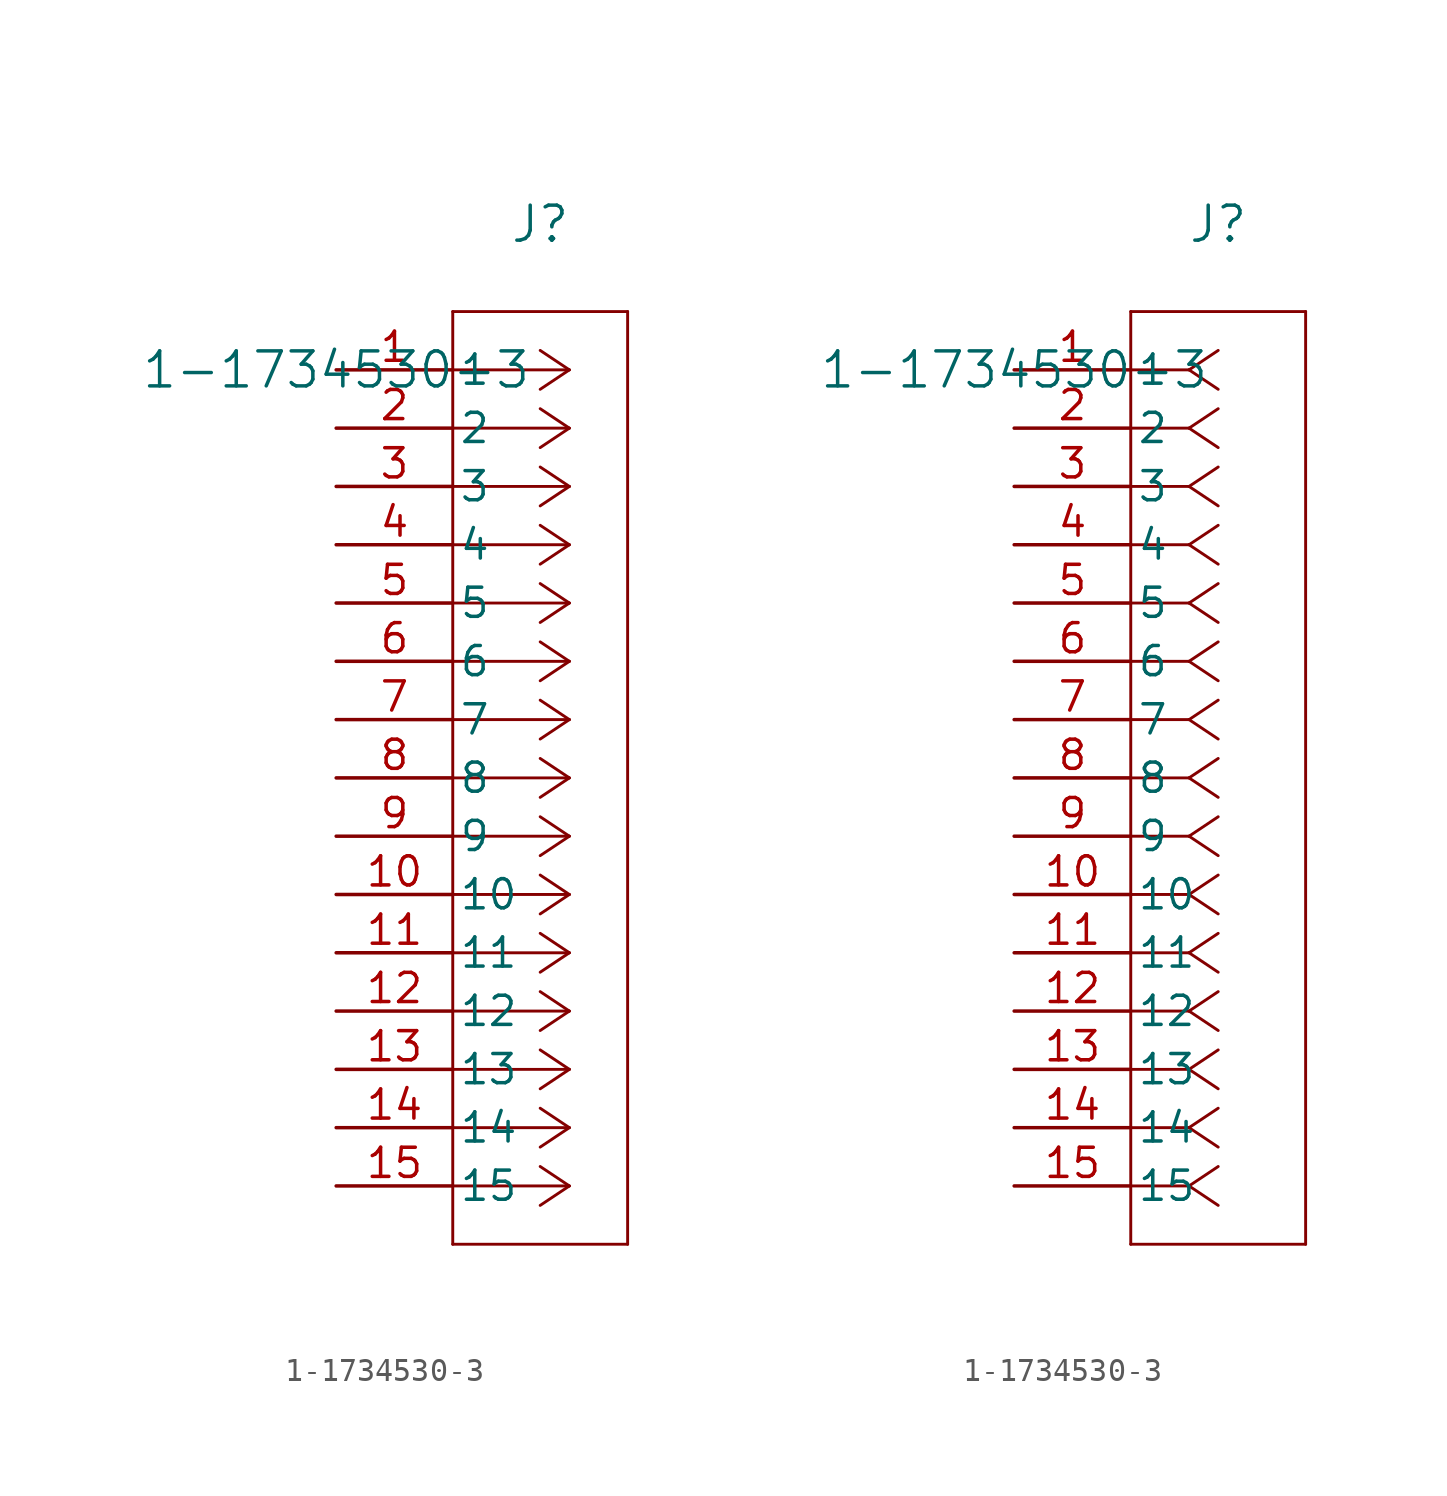
<source format=kicad_sym>
(kicad_symbol_lib
  (version 20211014)
  (generator kicad_symbol_editor)
  (symbol "1-1734530-3"
    (pin_names
      (offset 0.254))
    (property "Reference" "J"
      (at 8.89 6.35 0)
      (effects (font (size 1.524 1.524))))
    (property "Value" "1-1734530-3"
      (at 0 0 0)
      (effects (font (size 1.524 1.524))))
    (symbol "1-1734530-3_1_1"
      (polyline (pts (xy 10.16 0) (xy 5.08 0)) (stroke (width 0.127) (type default) (color 0 0 0 0)) (fill (type none)))
      (polyline (pts (xy 10.16 -2.54) (xy 5.08 -2.54)) (stroke (width 0.127) (type default) (color 0 0 0 0)) (fill (type none)))
      (polyline (pts (xy 10.16 -5.08) (xy 5.08 -5.08)) (stroke (width 0.127) (type default) (color 0 0 0 0)) (fill (type none)))
      (polyline (pts (xy 10.16 -7.62) (xy 5.08 -7.62)) (stroke (width 0.127) (type default) (color 0 0 0 0)) (fill (type none)))
      (polyline (pts (xy 10.16 -10.16) (xy 5.08 -10.16)) (stroke (width 0.127) (type default) (color 0 0 0 0)) (fill (type none)))
      (polyline (pts (xy 10.16 -12.7) (xy 5.08 -12.7)) (stroke (width 0.127) (type default) (color 0 0 0 0)) (fill (type none)))
      (polyline (pts (xy 10.16 -15.24) (xy 5.08 -15.24)) (stroke (width 0.127) (type default) (color 0 0 0 0)) (fill (type none)))
      (polyline (pts (xy 10.16 -17.78) (xy 5.08 -17.78)) (stroke (width 0.127) (type default) (color 0 0 0 0)) (fill (type none)))
      (polyline (pts (xy 10.16 -20.32) (xy 5.08 -20.32)) (stroke (width 0.127) (type default) (color 0 0 0 0)) (fill (type none)))
      (polyline (pts (xy 10.16 -22.86) (xy 5.08 -22.86)) (stroke (width 0.127) (type default) (color 0 0 0 0)) (fill (type none)))
      (polyline (pts (xy 10.16 -25.4) (xy 5.08 -25.4)) (stroke (width 0.127) (type default) (color 0 0 0 0)) (fill (type none)))
      (polyline (pts (xy 10.16 -27.94) (xy 5.08 -27.94)) (stroke (width 0.127) (type default) (color 0 0 0 0)) (fill (type none)))
      (polyline (pts (xy 10.16 -30.48) (xy 5.08 -30.48)) (stroke (width 0.127) (type default) (color 0 0 0 0)) (fill (type none)))
      (polyline (pts (xy 10.16 -33.02) (xy 5.08 -33.02)) (stroke (width 0.127) (type default) (color 0 0 0 0)) (fill (type none)))
      (polyline (pts (xy 10.16 -35.56) (xy 5.08 -35.56)) (stroke (width 0.127) (type default) (color 0 0 0 0)) (fill (type none)))
      (polyline (pts (xy 10.16 0) (xy 8.89 0.847)) (stroke (width 0.127) (type default) (color 0 0 0 0)) (fill (type none)))
      (polyline (pts (xy 10.16 -2.54) (xy 8.89 -1.693)) (stroke (width 0.127) (type default) (color 0 0 0 0)) (fill (type none)))
      (polyline (pts (xy 10.16 -5.08) (xy 8.89 -4.233)) (stroke (width 0.127) (type default) (color 0 0 0 0)) (fill (type none)))
      (polyline (pts (xy 10.16 -7.62) (xy 8.89 -6.773)) (stroke (width 0.127) (type default) (color 0 0 0 0)) (fill (type none)))
      (polyline (pts (xy 10.16 -10.16) (xy 8.89 -9.313)) (stroke (width 0.127) (type default) (color 0 0 0 0)) (fill (type none)))
      (polyline (pts (xy 10.16 -12.7) (xy 8.89 -11.853)) (stroke (width 0.127) (type default) (color 0 0 0 0)) (fill (type none)))
      (polyline (pts (xy 10.16 -15.24) (xy 8.89 -14.393)) (stroke (width 0.127) (type default) (color 0 0 0 0)) (fill (type none)))
      (polyline (pts (xy 10.16 -17.78) (xy 8.89 -16.933)) (stroke (width 0.127) (type default) (color 0 0 0 0)) (fill (type none)))
      (polyline (pts (xy 10.16 -20.32) (xy 8.89 -19.473)) (stroke (width 0.127) (type default) (color 0 0 0 0)) (fill (type none)))
      (polyline (pts (xy 10.16 -22.86) (xy 8.89 -22.013)) (stroke (width 0.127) (type default) (color 0 0 0 0)) (fill (type none)))
      (polyline (pts (xy 10.16 -25.4) (xy 8.89 -24.553)) (stroke (width 0.127) (type default) (color 0 0 0 0)) (fill (type none)))
      (polyline (pts (xy 10.16 -27.94) (xy 8.89 -27.093)) (stroke (width 0.127) (type default) (color 0 0 0 0)) (fill (type none)))
      (polyline (pts (xy 10.16 -30.48) (xy 8.89 -29.633)) (stroke (width 0.127) (type default) (color 0 0 0 0)) (fill (type none)))
      (polyline (pts (xy 10.16 -33.02) (xy 8.89 -32.173)) (stroke (width 0.127) (type default) (color 0 0 0 0)) (fill (type none)))
      (polyline (pts (xy 10.16 -35.56) (xy 8.89 -34.713)) (stroke (width 0.127) (type default) (color 0 0 0 0)) (fill (type none)))
      (polyline (pts (xy 10.16 0) (xy 8.89 -0.847)) (stroke (width 0.127) (type default) (color 0 0 0 0)) (fill (type none)))
      (polyline (pts (xy 10.16 -2.54) (xy 8.89 -3.387)) (stroke (width 0.127) (type default) (color 0 0 0 0)) (fill (type none)))
      (polyline (pts (xy 10.16 -5.08) (xy 8.89 -5.927)) (stroke (width 0.127) (type default) (color 0 0 0 0)) (fill (type none)))
      (polyline (pts (xy 10.16 -7.62) (xy 8.89 -8.467)) (stroke (width 0.127) (type default) (color 0 0 0 0)) (fill (type none)))
      (polyline (pts (xy 10.16 -10.16) (xy 8.89 -11.007)) (stroke (width 0.127) (type default) (color 0 0 0 0)) (fill (type none)))
      (polyline (pts (xy 10.16 -12.7) (xy 8.89 -13.547)) (stroke (width 0.127) (type default) (color 0 0 0 0)) (fill (type none)))
      (polyline (pts (xy 10.16 -15.24) (xy 8.89 -16.087)) (stroke (width 0.127) (type default) (color 0 0 0 0)) (fill (type none)))
      (polyline (pts (xy 10.16 -17.78) (xy 8.89 -18.627)) (stroke (width 0.127) (type default) (color 0 0 0 0)) (fill (type none)))
      (polyline (pts (xy 10.16 -20.32) (xy 8.89 -21.167)) (stroke (width 0.127) (type default) (color 0 0 0 0)) (fill (type none)))
      (polyline (pts (xy 10.16 -22.86) (xy 8.89 -23.707)) (stroke (width 0.127) (type default) (color 0 0 0 0)) (fill (type none)))
      (polyline (pts (xy 10.16 -25.4) (xy 8.89 -26.247)) (stroke (width 0.127) (type default) (color 0 0 0 0)) (fill (type none)))
      (polyline (pts (xy 10.16 -27.94) (xy 8.89 -28.787)) (stroke (width 0.127) (type default) (color 0 0 0 0)) (fill (type none)))
      (polyline (pts (xy 10.16 -30.48) (xy 8.89 -31.327)) (stroke (width 0.127) (type default) (color 0 0 0 0)) (fill (type none)))
      (polyline (pts (xy 10.16 -33.02) (xy 8.89 -33.867)) (stroke (width 0.127) (type default) (color 0 0 0 0)) (fill (type none)))
      (polyline (pts (xy 10.16 -35.56) (xy 8.89 -36.407)) (stroke (width 0.127) (type default) (color 0 0 0 0)) (fill (type none)))
      (polyline (pts (xy 5.08 2.54) (xy 5.08 -38.1)) (stroke (width 0.127) (type default) (color 0 0 0 0)) (fill (type none)))
      (polyline (pts (xy 5.08 -38.1) (xy 12.7 -38.1)) (stroke (width 0.127) (type default) (color 0 0 0 0)) (fill (type none)))
      (polyline (pts (xy 12.7 -38.1) (xy 12.7 2.54)) (stroke (width 0.127) (type default) (color 0 0 0 0)) (fill (type none)))
      (polyline (pts (xy 12.7 2.54) (xy 5.08 2.54)) (stroke (width 0.127) (type default) (color 0 0 0 0)) (fill (type none)))
      (pin unspecified line (at 0 0 0) (length 5.08) (name "1" (effects (font (size 1.27 1.27)))) (number "1" (effects (font (size 1.27 1.27)))))
      (pin unspecified line (at 0 -2.54 0) (length 5.08) (name "2" (effects (font (size 1.27 1.27)))) (number "2" (effects (font (size 1.27 1.27)))))
      (pin unspecified line (at 0 -5.08 0) (length 5.08) (name "3" (effects (font (size 1.27 1.27)))) (number "3" (effects (font (size 1.27 1.27)))))
      (pin unspecified line (at 0 -7.62 0) (length 5.08) (name "4" (effects (font (size 1.27 1.27)))) (number "4" (effects (font (size 1.27 1.27)))))
      (pin unspecified line (at 0 -10.16 0) (length 5.08) (name "5" (effects (font (size 1.27 1.27)))) (number "5" (effects (font (size 1.27 1.27)))))
      (pin unspecified line (at 0 -12.7 0) (length 5.08) (name "6" (effects (font (size 1.27 1.27)))) (number "6" (effects (font (size 1.27 1.27)))))
      (pin unspecified line (at 0 -15.24 0) (length 5.08) (name "7" (effects (font (size 1.27 1.27)))) (number "7" (effects (font (size 1.27 1.27)))))
      (pin unspecified line (at 0 -17.78 0) (length 5.08) (name "8" (effects (font (size 1.27 1.27)))) (number "8" (effects (font (size 1.27 1.27)))))
      (pin unspecified line (at 0 -20.32 0) (length 5.08) (name "9" (effects (font (size 1.27 1.27)))) (number "9" (effects (font (size 1.27 1.27)))))
      (pin unspecified line (at 0 -22.86 0) (length 5.08) (name "10" (effects (font (size 1.27 1.27)))) (number "10" (effects (font (size 1.27 1.27)))))
      (pin unspecified line (at 0 -25.4 0) (length 5.08) (name "11" (effects (font (size 1.27 1.27)))) (number "11" (effects (font (size 1.27 1.27)))))
      (pin unspecified line (at 0 -27.94 0) (length 5.08) (name "12" (effects (font (size 1.27 1.27)))) (number "12" (effects (font (size 1.27 1.27)))))
      (pin unspecified line (at 0 -30.48 0) (length 5.08) (name "13" (effects (font (size 1.27 1.27)))) (number "13" (effects (font (size 1.27 1.27)))))
      (pin unspecified line (at 0 -33.02 0) (length 5.08) (name "14" (effects (font (size 1.27 1.27)))) (number "14" (effects (font (size 1.27 1.27)))))
      (pin unspecified line (at 0 -35.56 0) (length 5.08) (name "15" (effects (font (size 1.27 1.27)))) (number "15" (effects (font (size 1.27 1.27))))))
    (symbol "1-1734530-3_1_2"
      (polyline (pts (xy 7.62 0) (xy 5.08 0)) (stroke (width 0.127) (type default) (color 0 0 0 0)) (fill (type none)))
      (polyline (pts (xy 7.62 -2.54) (xy 5.08 -2.54)) (stroke (width 0.127) (type default) (color 0 0 0 0)) (fill (type none)))
      (polyline (pts (xy 7.62 -5.08) (xy 5.08 -5.08)) (stroke (width 0.127) (type default) (color 0 0 0 0)) (fill (type none)))
      (polyline (pts (xy 7.62 -7.62) (xy 5.08 -7.62)) (stroke (width 0.127) (type default) (color 0 0 0 0)) (fill (type none)))
      (polyline (pts (xy 7.62 -10.16) (xy 5.08 -10.16)) (stroke (width 0.127) (type default) (color 0 0 0 0)) (fill (type none)))
      (polyline (pts (xy 7.62 -12.7) (xy 5.08 -12.7)) (stroke (width 0.127) (type default) (color 0 0 0 0)) (fill (type none)))
      (polyline (pts (xy 7.62 -15.24) (xy 5.08 -15.24)) (stroke (width 0.127) (type default) (color 0 0 0 0)) (fill (type none)))
      (polyline (pts (xy 7.62 -17.78) (xy 5.08 -17.78)) (stroke (width 0.127) (type default) (color 0 0 0 0)) (fill (type none)))
      (polyline (pts (xy 7.62 -20.32) (xy 5.08 -20.32)) (stroke (width 0.127) (type default) (color 0 0 0 0)) (fill (type none)))
      (polyline (pts (xy 7.62 -22.86) (xy 5.08 -22.86)) (stroke (width 0.127) (type default) (color 0 0 0 0)) (fill (type none)))
      (polyline (pts (xy 7.62 -25.4) (xy 5.08 -25.4)) (stroke (width 0.127) (type default) (color 0 0 0 0)) (fill (type none)))
      (polyline (pts (xy 7.62 -27.94) (xy 5.08 -27.94)) (stroke (width 0.127) (type default) (color 0 0 0 0)) (fill (type none)))
      (polyline (pts (xy 7.62 -30.48) (xy 5.08 -30.48)) (stroke (width 0.127) (type default) (color 0 0 0 0)) (fill (type none)))
      (polyline (pts (xy 7.62 -33.02) (xy 5.08 -33.02)) (stroke (width 0.127) (type default) (color 0 0 0 0)) (fill (type none)))
      (polyline (pts (xy 7.62 -35.56) (xy 5.08 -35.56)) (stroke (width 0.127) (type default) (color 0 0 0 0)) (fill (type none)))
      (polyline (pts (xy 7.62 0) (xy 8.89 0.847)) (stroke (width 0.127) (type default) (color 0 0 0 0)) (fill (type none)))
      (polyline (pts (xy 7.62 -2.54) (xy 8.89 -1.693)) (stroke (width 0.127) (type default) (color 0 0 0 0)) (fill (type none)))
      (polyline (pts (xy 7.62 -5.08) (xy 8.89 -4.233)) (stroke (width 0.127) (type default) (color 0 0 0 0)) (fill (type none)))
      (polyline (pts (xy 7.62 -7.62) (xy 8.89 -6.773)) (stroke (width 0.127) (type default) (color 0 0 0 0)) (fill (type none)))
      (polyline (pts (xy 7.62 -10.16) (xy 8.89 -9.313)) (stroke (width 0.127) (type default) (color 0 0 0 0)) (fill (type none)))
      (polyline (pts (xy 7.62 -12.7) (xy 8.89 -11.853)) (stroke (width 0.127) (type default) (color 0 0 0 0)) (fill (type none)))
      (polyline (pts (xy 7.62 -15.24) (xy 8.89 -14.393)) (stroke (width 0.127) (type default) (color 0 0 0 0)) (fill (type none)))
      (polyline (pts (xy 7.62 -17.78) (xy 8.89 -16.933)) (stroke (width 0.127) (type default) (color 0 0 0 0)) (fill (type none)))
      (polyline (pts (xy 7.62 -20.32) (xy 8.89 -19.473)) (stroke (width 0.127) (type default) (color 0 0 0 0)) (fill (type none)))
      (polyline (pts (xy 7.62 -22.86) (xy 8.89 -22.013)) (stroke (width 0.127) (type default) (color 0 0 0 0)) (fill (type none)))
      (polyline (pts (xy 7.62 -25.4) (xy 8.89 -24.553)) (stroke (width 0.127) (type default) (color 0 0 0 0)) (fill (type none)))
      (polyline (pts (xy 7.62 -27.94) (xy 8.89 -27.093)) (stroke (width 0.127) (type default) (color 0 0 0 0)) (fill (type none)))
      (polyline (pts (xy 7.62 -30.48) (xy 8.89 -29.633)) (stroke (width 0.127) (type default) (color 0 0 0 0)) (fill (type none)))
      (polyline (pts (xy 7.62 -33.02) (xy 8.89 -32.173)) (stroke (width 0.127) (type default) (color 0 0 0 0)) (fill (type none)))
      (polyline (pts (xy 7.62 -35.56) (xy 8.89 -34.713)) (stroke (width 0.127) (type default) (color 0 0 0 0)) (fill (type none)))
      (polyline (pts (xy 7.62 0) (xy 8.89 -0.847)) (stroke (width 0.127) (type default) (color 0 0 0 0)) (fill (type none)))
      (polyline (pts (xy 7.62 -2.54) (xy 8.89 -3.387)) (stroke (width 0.127) (type default) (color 0 0 0 0)) (fill (type none)))
      (polyline (pts (xy 7.62 -5.08) (xy 8.89 -5.927)) (stroke (width 0.127) (type default) (color 0 0 0 0)) (fill (type none)))
      (polyline (pts (xy 7.62 -7.62) (xy 8.89 -8.467)) (stroke (width 0.127) (type default) (color 0 0 0 0)) (fill (type none)))
      (polyline (pts (xy 7.62 -10.16) (xy 8.89 -11.007)) (stroke (width 0.127) (type default) (color 0 0 0 0)) (fill (type none)))
      (polyline (pts (xy 7.62 -12.7) (xy 8.89 -13.547)) (stroke (width 0.127) (type default) (color 0 0 0 0)) (fill (type none)))
      (polyline (pts (xy 7.62 -15.24) (xy 8.89 -16.087)) (stroke (width 0.127) (type default) (color 0 0 0 0)) (fill (type none)))
      (polyline (pts (xy 7.62 -17.78) (xy 8.89 -18.627)) (stroke (width 0.127) (type default) (color 0 0 0 0)) (fill (type none)))
      (polyline (pts (xy 7.62 -20.32) (xy 8.89 -21.167)) (stroke (width 0.127) (type default) (color 0 0 0 0)) (fill (type none)))
      (polyline (pts (xy 7.62 -22.86) (xy 8.89 -23.707)) (stroke (width 0.127) (type default) (color 0 0 0 0)) (fill (type none)))
      (polyline (pts (xy 7.62 -25.4) (xy 8.89 -26.247)) (stroke (width 0.127) (type default) (color 0 0 0 0)) (fill (type none)))
      (polyline (pts (xy 7.62 -27.94) (xy 8.89 -28.787)) (stroke (width 0.127) (type default) (color 0 0 0 0)) (fill (type none)))
      (polyline (pts (xy 7.62 -30.48) (xy 8.89 -31.327)) (stroke (width 0.127) (type default) (color 0 0 0 0)) (fill (type none)))
      (polyline (pts (xy 7.62 -33.02) (xy 8.89 -33.867)) (stroke (width 0.127) (type default) (color 0 0 0 0)) (fill (type none)))
      (polyline (pts (xy 7.62 -35.56) (xy 8.89 -36.407)) (stroke (width 0.127) (type default) (color 0 0 0 0)) (fill (type none)))
      (polyline (pts (xy 5.08 2.54) (xy 5.08 -38.1)) (stroke (width 0.127) (type default) (color 0 0 0 0)) (fill (type none)))
      (polyline (pts (xy 5.08 -38.1) (xy 12.7 -38.1)) (stroke (width 0.127) (type default) (color 0 0 0 0)) (fill (type none)))
      (polyline (pts (xy 12.7 -38.1) (xy 12.7 2.54)) (stroke (width 0.127) (type default) (color 0 0 0 0)) (fill (type none)))
      (polyline (pts (xy 12.7 2.54) (xy 5.08 2.54)) (stroke (width 0.127) (type default) (color 0 0 0 0)) (fill (type none)))
      (pin unspecified line (at 0 0 0) (length 5.08) (name "1" (effects (font (size 1.27 1.27)))) (number "1" (effects (font (size 1.27 1.27)))))
      (pin unspecified line (at 0 -2.54 0) (length 5.08) (name "2" (effects (font (size 1.27 1.27)))) (number "2" (effects (font (size 1.27 1.27)))))
      (pin unspecified line (at 0 -5.08 0) (length 5.08) (name "3" (effects (font (size 1.27 1.27)))) (number "3" (effects (font (size 1.27 1.27)))))
      (pin unspecified line (at 0 -7.62 0) (length 5.08) (name "4" (effects (font (size 1.27 1.27)))) (number "4" (effects (font (size 1.27 1.27)))))
      (pin unspecified line (at 0 -10.16 0) (length 5.08) (name "5" (effects (font (size 1.27 1.27)))) (number "5" (effects (font (size 1.27 1.27)))))
      (pin unspecified line (at 0 -12.7 0) (length 5.08) (name "6" (effects (font (size 1.27 1.27)))) (number "6" (effects (font (size 1.27 1.27)))))
      (pin unspecified line (at 0 -15.24 0) (length 5.08) (name "7" (effects (font (size 1.27 1.27)))) (number "7" (effects (font (size 1.27 1.27)))))
      (pin unspecified line (at 0 -17.78 0) (length 5.08) (name "8" (effects (font (size 1.27 1.27)))) (number "8" (effects (font (size 1.27 1.27)))))
      (pin unspecified line (at 0 -20.32 0) (length 5.08) (name "9" (effects (font (size 1.27 1.27)))) (number "9" (effects (font (size 1.27 1.27)))))
      (pin unspecified line (at 0 -22.86 0) (length 5.08) (name "10" (effects (font (size 1.27 1.27)))) (number "10" (effects (font (size 1.27 1.27)))))
      (pin unspecified line (at 0 -25.4 0) (length 5.08) (name "11" (effects (font (size 1.27 1.27)))) (number "11" (effects (font (size 1.27 1.27)))))
      (pin unspecified line (at 0 -27.94 0) (length 5.08) (name "12" (effects (font (size 1.27 1.27)))) (number "12" (effects (font (size 1.27 1.27)))))
      (pin unspecified line (at 0 -30.48 0) (length 5.08) (name "13" (effects (font (size 1.27 1.27)))) (number "13" (effects (font (size 1.27 1.27)))))
      (pin unspecified line (at 0 -33.02 0) (length 5.08) (name "14" (effects (font (size 1.27 1.27)))) (number "14" (effects (font (size 1.27 1.27)))))
      (pin unspecified line (at 0 -35.56 0) (length 5.08) (name "15" (effects (font (size 1.27 1.27)))) (number "15" (effects (font (size 1.27 1.27))))))))
</source>
